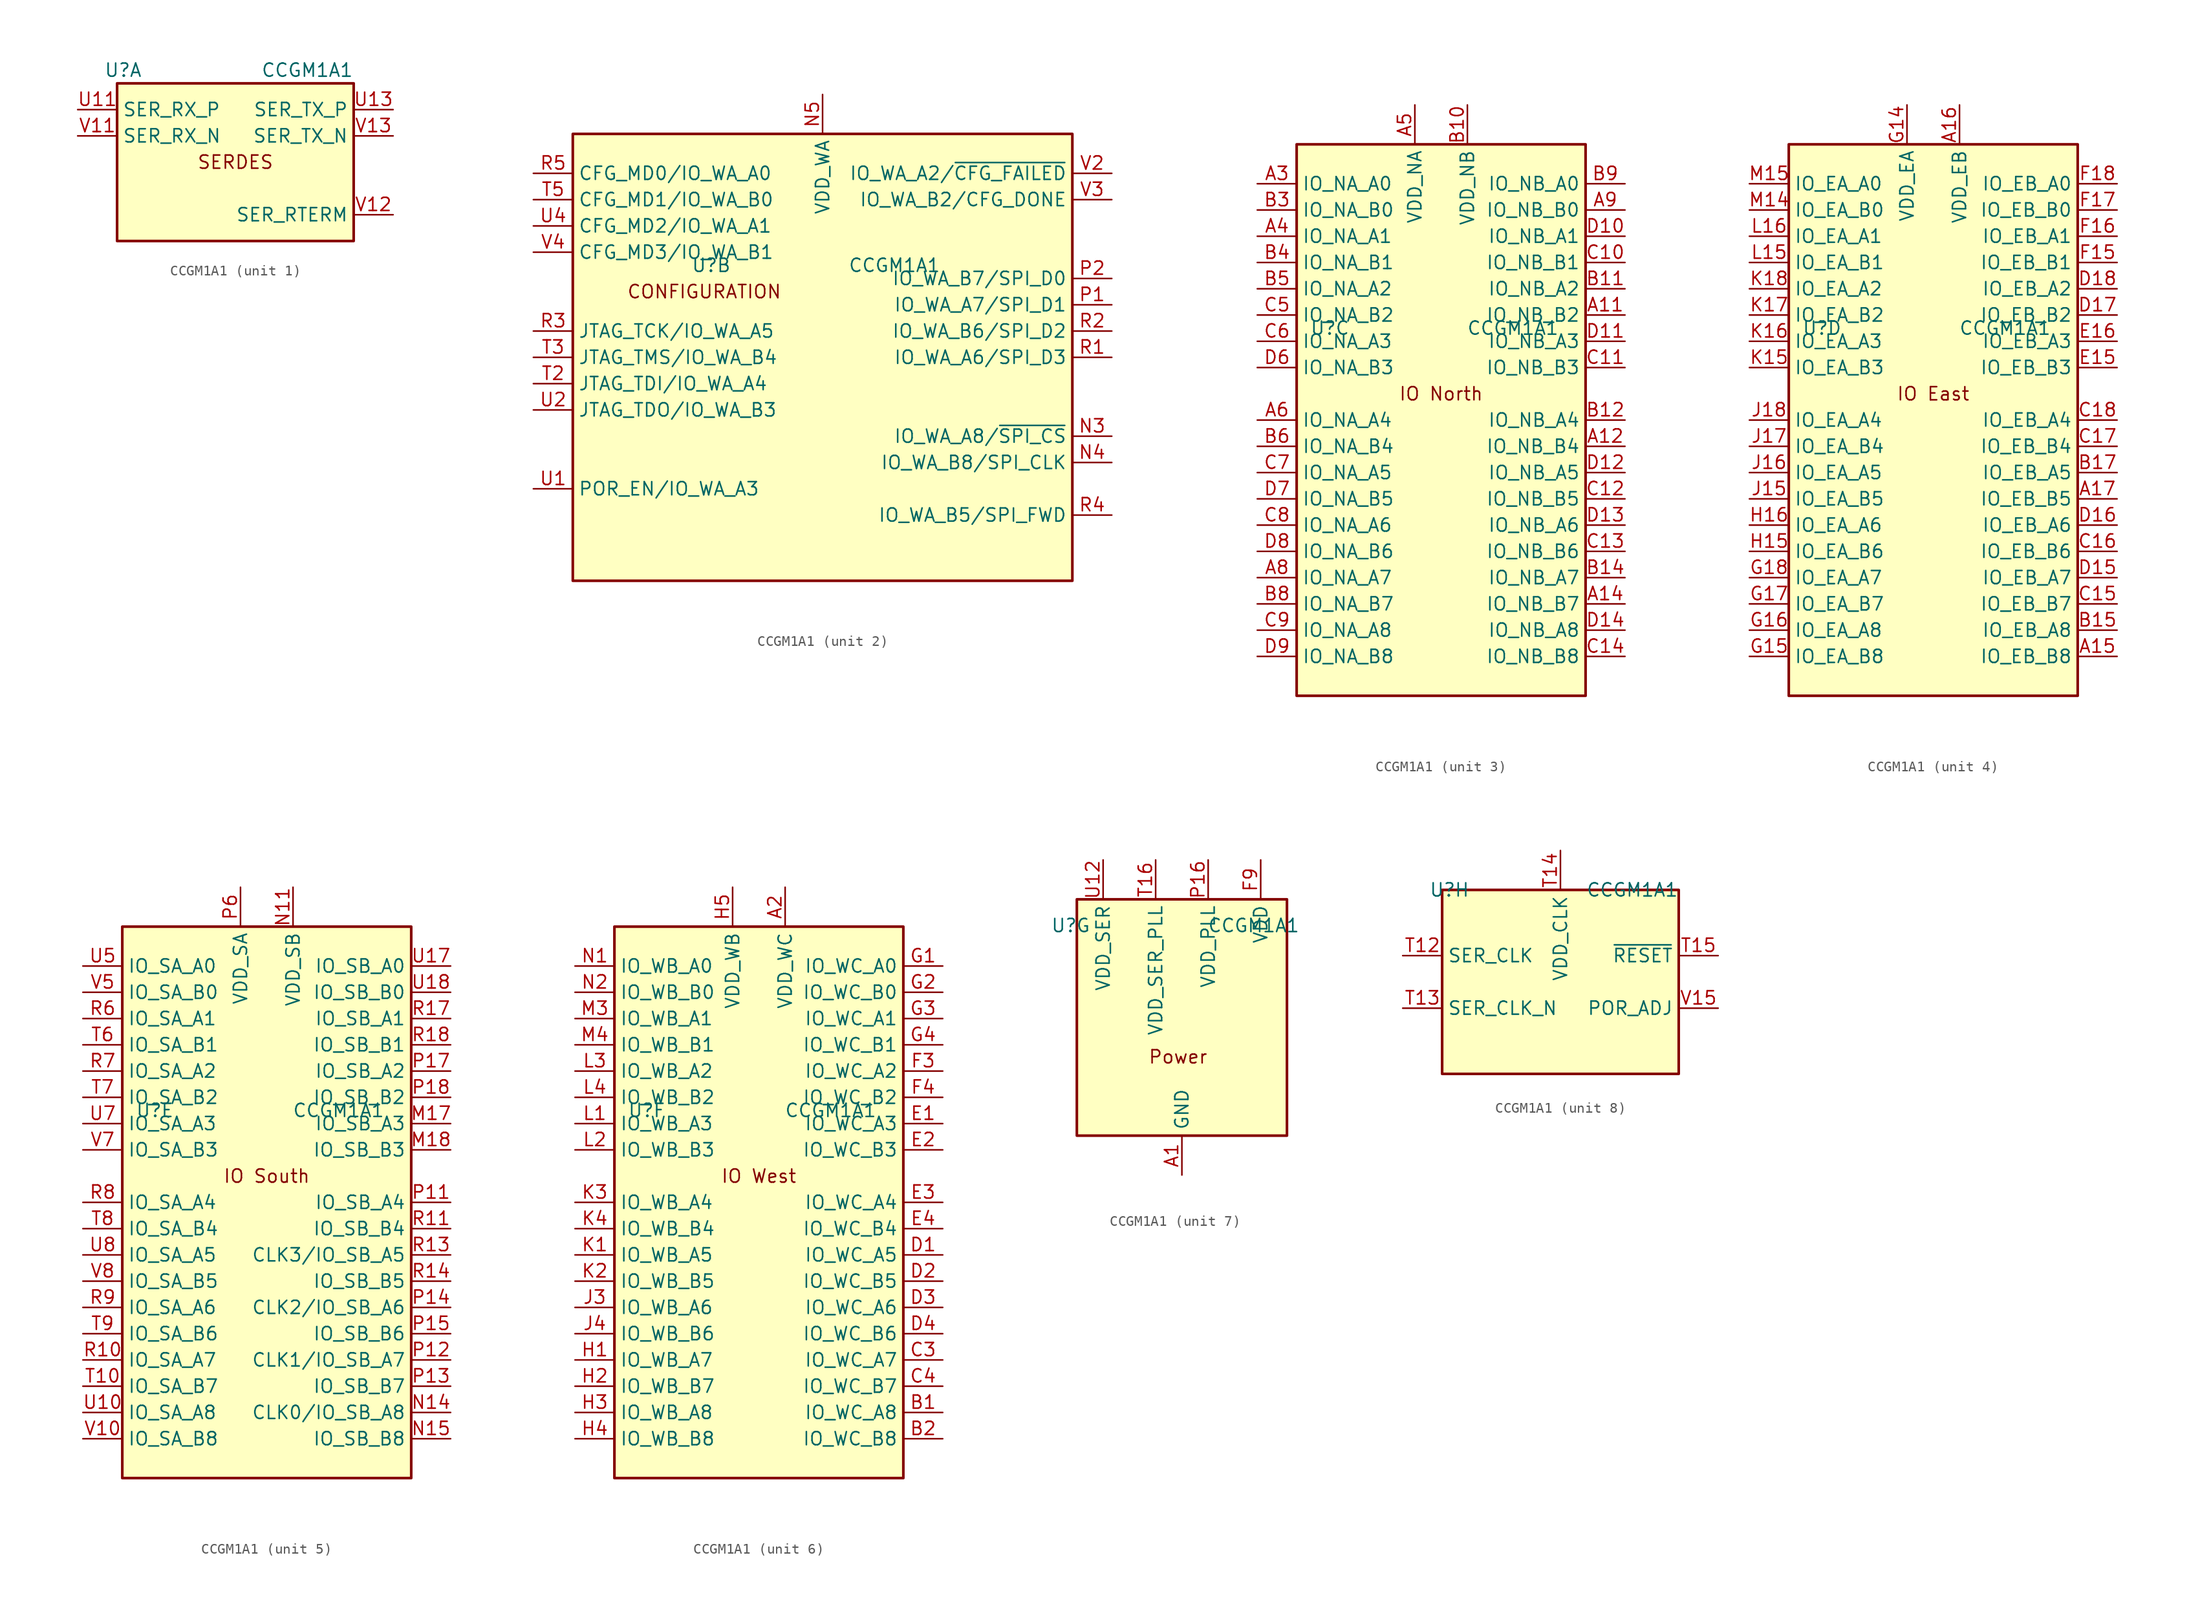
<source format=kicad_sym>
(kicad_symbol_lib
  (version 20211014)
  (generator kicad_symbol_editor)
  (symbol "CCGM1A1"
    (property "Reference" "U"
      (at -12.7 8.89 0)
      (effects (font (size 1.27 1.27)) (justify left)))
    (property "Value" "CCGM1A1"
      (at 11.43 8.89 0)
      (effects (font (size 1.27 1.27)) (justify right)))
    (property "ki_locked" ""
      (at 0 0 0)
      (effects (font (size 1.27 1.27))))
    (symbol "CCGM1A1_1_1"
      (rectangle (start -11.43 7.62) (end 11.43 -7.62) (stroke (width 0.254) (type default) (color 0 0 0 0)) (fill (type background)))
      (text "SERDES" (at 0 0 0) (effects (font (size 1.27 1.27))))
      (pin input line (at -15.24 5.08 0) (length 3.81) (name "SER_RX_P" (effects (font (size 1.27 1.27)))) (number "U11" (effects (font (size 1.27 1.27)))))
      (pin output line (at 15.24 5.08 180) (length 3.81) (name "SER_TX_P" (effects (font (size 1.27 1.27)))) (number "U13" (effects (font (size 1.27 1.27)))))
      (pin input line (at -15.24 2.54 0) (length 3.81) (name "SER_RX_N" (effects (font (size 1.27 1.27)))) (number "V11" (effects (font (size 1.27 1.27)))))
      (pin passive line (at 15.24 -5.08 180) (length 3.81) (name "SER_RTERM" (effects (font (size 1.27 1.27)))) (number "V12" (effects (font (size 1.27 1.27)))))
      (pin output line (at 15.24 2.54 180) (length 3.81) (name "SER_TX_N" (effects (font (size 1.27 1.27)))) (number "V13" (effects (font (size 1.27 1.27))))))
    (symbol "CCGM1A1_2_1"
      (rectangle (start 24.13 21.59) (end -24.13 -21.59) (stroke (width 0.254) (type default) (color 0 0 0 0)) (fill (type background)))
      (text "CONFIGURATION" (at -11.43 6.35 0) (effects (font (size 1.27 1.27))))
      (pin bidirectional line (at 27.94 -7.62 180) (length 3.81) (name "IO_WA_A8/~{SPI_CS}" (effects (font (size 1.27 1.27)))) (number "N3" (effects (font (size 1.27 1.27)))))
      (pin bidirectional line (at 27.94 -10.16 180) (length 3.81) (name "IO_WA_B8/SPI_CLK" (effects (font (size 1.27 1.27)))) (number "N4" (effects (font (size 1.27 1.27)))))
      (pin power_in line (at 0 25.4 270) (length 3.81) (name "VDD_WA" (effects (font (size 1.27 1.27)))) (number "N5" (effects (font (size 1.27 1.27)))))
      (pin bidirectional line (at 27.94 5.08 180) (length 3.81) (name "IO_WA_A7/SPI_D1" (effects (font (size 1.27 1.27)))) (number "P1" (effects (font (size 1.27 1.27)))))
      (pin bidirectional line (at 27.94 7.62 180) (length 3.81) (name "IO_WA_B7/SPI_D0" (effects (font (size 1.27 1.27)))) (number "P2" (effects (font (size 1.27 1.27)))))
      (pin passive line (at 0 25.4 270) (length 3.81) hide (name "VDD_WA" (effects (font (size 1.27 1.27)))) (number "P3" (effects (font (size 1.27 1.27)))))
      (pin passive line (at 0 25.4 270) (length 3.81) hide (name "VDD_WA" (effects (font (size 1.27 1.27)))) (number "P5" (effects (font (size 1.27 1.27)))))
      (pin bidirectional line (at 27.94 0 180) (length 3.81) (name "IO_WA_A6/SPI_D3" (effects (font (size 1.27 1.27)))) (number "R1" (effects (font (size 1.27 1.27)))))
      (pin bidirectional line (at 27.94 2.54 180) (length 3.81) (name "IO_WA_B6/SPI_D2" (effects (font (size 1.27 1.27)))) (number "R2" (effects (font (size 1.27 1.27)))))
      (pin bidirectional line (at -27.94 2.54 0) (length 3.81) (name "JTAG_TCK/IO_WA_A5" (effects (font (size 1.27 1.27)))) (number "R3" (effects (font (size 1.27 1.27)))))
      (pin bidirectional line (at 27.94 -15.24 180) (length 3.81) (name "IO_WA_B5/SPI_FWD" (effects (font (size 1.27 1.27)))) (number "R4" (effects (font (size 1.27 1.27)))))
      (pin bidirectional line (at -27.94 17.78 0) (length 3.81) (name "CFG_MD0/IO_WA_A0" (effects (font (size 1.27 1.27)))) (number "R5" (effects (font (size 1.27 1.27)))))
      (pin passive line (at 0 25.4 270) (length 3.81) hide (name "VDD_WA" (effects (font (size 1.27 1.27)))) (number "T1" (effects (font (size 1.27 1.27)))))
      (pin bidirectional line (at -27.94 -2.54 0) (length 3.81) (name "JTAG_TDI/IO_WA_A4" (effects (font (size 1.27 1.27)))) (number "T2" (effects (font (size 1.27 1.27)))))
      (pin bidirectional line (at -27.94 0 0) (length 3.81) (name "JTAG_TMS/IO_WA_B4" (effects (font (size 1.27 1.27)))) (number "T3" (effects (font (size 1.27 1.27)))))
      (pin bidirectional line (at -27.94 15.24 0) (length 3.81) (name "CFG_MD1/IO_WA_B0" (effects (font (size 1.27 1.27)))) (number "T5" (effects (font (size 1.27 1.27)))))
      (pin bidirectional line (at -27.94 -12.7 0) (length 3.81) (name "POR_EN/IO_WA_A3" (effects (font (size 1.27 1.27)))) (number "U1" (effects (font (size 1.27 1.27)))))
      (pin bidirectional line (at -27.94 -5.08 0) (length 3.81) (name "JTAG_TDO/IO_WA_B3" (effects (font (size 1.27 1.27)))) (number "U2" (effects (font (size 1.27 1.27)))))
      (pin passive line (at 0 25.4 270) (length 3.81) hide (name "VDD_WA" (effects (font (size 1.27 1.27)))) (number "U3" (effects (font (size 1.27 1.27)))))
      (pin bidirectional line (at -27.94 12.7 0) (length 3.81) (name "CFG_MD2/IO_WA_A1" (effects (font (size 1.27 1.27)))) (number "U4" (effects (font (size 1.27 1.27)))))
      (pin bidirectional line (at 27.94 17.78 180) (length 3.81) (name "IO_WA_A2/~{CFG_FAILED}" (effects (font (size 1.27 1.27)))) (number "V2" (effects (font (size 1.27 1.27)))))
      (pin bidirectional line (at 27.94 15.24 180) (length 3.81) (name "IO_WA_B2/CFG_DONE" (effects (font (size 1.27 1.27)))) (number "V3" (effects (font (size 1.27 1.27)))))
      (pin bidirectional line (at -27.94 10.16 0) (length 3.81) (name "CFG_MD3/IO_WA_B1" (effects (font (size 1.27 1.27)))) (number "V4" (effects (font (size 1.27 1.27))))))
    (symbol "CCGM1A1_3_1"
      (rectangle (start -13.97 -26.67) (end 13.97 26.67) (stroke (width 0.254) (type default) (color 0 0 0 0)) (fill (type background)))
      (text "IO North" (at 0 2.54 0) (effects (font (size 1.27 1.27))))
      (pin bidirectional line (at 17.78 10.16 180) (length 3.81) (name "IO_NB_B2" (effects (font (size 1.27 1.27)))) (number "A11" (effects (font (size 1.27 1.27)))))
      (pin bidirectional line (at 17.78 -2.54 180) (length 3.81) (name "IO_NB_B4" (effects (font (size 1.27 1.27)))) (number "A12" (effects (font (size 1.27 1.27)))))
      (pin bidirectional line (at 17.78 -17.78 180) (length 3.81) (name "IO_NB_B7" (effects (font (size 1.27 1.27)))) (number "A14" (effects (font (size 1.27 1.27)))))
      (pin bidirectional line (at -17.78 22.86 0) (length 3.81) (name "IO_NA_A0" (effects (font (size 1.27 1.27)))) (number "A3" (effects (font (size 1.27 1.27)))))
      (pin bidirectional line (at -17.78 17.78 0) (length 3.81) (name "IO_NA_A1" (effects (font (size 1.27 1.27)))) (number "A4" (effects (font (size 1.27 1.27)))))
      (pin power_in line (at -2.54 30.48 270) (length 3.81) (name "VDD_NA" (effects (font (size 1.27 1.27)))) (number "A5" (effects (font (size 1.27 1.27)))))
      (pin bidirectional line (at -17.78 0 0) (length 3.81) (name "IO_NA_A4" (effects (font (size 1.27 1.27)))) (number "A6" (effects (font (size 1.27 1.27)))))
      (pin bidirectional line (at -17.78 -15.24 0) (length 3.81) (name "IO_NA_A7" (effects (font (size 1.27 1.27)))) (number "A8" (effects (font (size 1.27 1.27)))))
      (pin bidirectional line (at 17.78 20.32 180) (length 3.81) (name "IO_NB_B0" (effects (font (size 1.27 1.27)))) (number "A9" (effects (font (size 1.27 1.27)))))
      (pin power_in line (at 2.54 30.48 270) (length 3.81) (name "VDD_NB" (effects (font (size 1.27 1.27)))) (number "B10" (effects (font (size 1.27 1.27)))))
      (pin bidirectional line (at 17.78 12.7 180) (length 3.81) (name "IO_NB_A2" (effects (font (size 1.27 1.27)))) (number "B11" (effects (font (size 1.27 1.27)))))
      (pin bidirectional line (at 17.78 0 180) (length 3.81) (name "IO_NB_A4" (effects (font (size 1.27 1.27)))) (number "B12" (effects (font (size 1.27 1.27)))))
      (pin passive line (at 2.54 30.48 270) (length 3.81) hide (name "VDD_NB" (effects (font (size 1.27 1.27)))) (number "B13" (effects (font (size 1.27 1.27)))))
      (pin bidirectional line (at 17.78 -15.24 180) (length 3.81) (name "IO_NB_A7" (effects (font (size 1.27 1.27)))) (number "B14" (effects (font (size 1.27 1.27)))))
      (pin bidirectional line (at -17.78 20.32 0) (length 3.81) (name "IO_NA_B0" (effects (font (size 1.27 1.27)))) (number "B3" (effects (font (size 1.27 1.27)))))
      (pin bidirectional line (at -17.78 15.24 0) (length 3.81) (name "IO_NA_B1" (effects (font (size 1.27 1.27)))) (number "B4" (effects (font (size 1.27 1.27)))))
      (pin bidirectional line (at -17.78 12.7 0) (length 3.81) (name "IO_NA_A2" (effects (font (size 1.27 1.27)))) (number "B5" (effects (font (size 1.27 1.27)))))
      (pin bidirectional line (at -17.78 -2.54 0) (length 3.81) (name "IO_NA_B4" (effects (font (size 1.27 1.27)))) (number "B6" (effects (font (size 1.27 1.27)))))
      (pin passive line (at -2.54 30.48 270) (length 3.81) hide (name "VDD_NA" (effects (font (size 1.27 1.27)))) (number "B7" (effects (font (size 1.27 1.27)))))
      (pin bidirectional line (at -17.78 -17.78 0) (length 3.81) (name "IO_NA_B7" (effects (font (size 1.27 1.27)))) (number "B8" (effects (font (size 1.27 1.27)))))
      (pin bidirectional line (at 17.78 22.86 180) (length 3.81) (name "IO_NB_A0" (effects (font (size 1.27 1.27)))) (number "B9" (effects (font (size 1.27 1.27)))))
      (pin bidirectional line (at 17.78 15.24 180) (length 3.81) (name "IO_NB_B1" (effects (font (size 1.27 1.27)))) (number "C10" (effects (font (size 1.27 1.27)))))
      (pin bidirectional line (at 17.78 5.08 180) (length 3.81) (name "IO_NB_B3" (effects (font (size 1.27 1.27)))) (number "C11" (effects (font (size 1.27 1.27)))))
      (pin bidirectional line (at 17.78 -7.62 180) (length 3.81) (name "IO_NB_B5" (effects (font (size 1.27 1.27)))) (number "C12" (effects (font (size 1.27 1.27)))))
      (pin bidirectional line (at 17.78 -12.7 180) (length 3.81) (name "IO_NB_B6" (effects (font (size 1.27 1.27)))) (number "C13" (effects (font (size 1.27 1.27)))))
      (pin bidirectional line (at 17.78 -22.86 180) (length 3.81) (name "IO_NB_B8" (effects (font (size 1.27 1.27)))) (number "C14" (effects (font (size 1.27 1.27)))))
      (pin bidirectional line (at -17.78 10.16 0) (length 3.81) (name "IO_NA_B2" (effects (font (size 1.27 1.27)))) (number "C5" (effects (font (size 1.27 1.27)))))
      (pin bidirectional line (at -17.78 7.62 0) (length 3.81) (name "IO_NA_A3" (effects (font (size 1.27 1.27)))) (number "C6" (effects (font (size 1.27 1.27)))))
      (pin bidirectional line (at -17.78 -5.08 0) (length 3.81) (name "IO_NA_A5" (effects (font (size 1.27 1.27)))) (number "C7" (effects (font (size 1.27 1.27)))))
      (pin bidirectional line (at -17.78 -10.16 0) (length 3.81) (name "IO_NA_A6" (effects (font (size 1.27 1.27)))) (number "C8" (effects (font (size 1.27 1.27)))))
      (pin bidirectional line (at -17.78 -20.32 0) (length 3.81) (name "IO_NA_A8" (effects (font (size 1.27 1.27)))) (number "C9" (effects (font (size 1.27 1.27)))))
      (pin bidirectional line (at 17.78 17.78 180) (length 3.81) (name "IO_NB_A1" (effects (font (size 1.27 1.27)))) (number "D10" (effects (font (size 1.27 1.27)))))
      (pin bidirectional line (at 17.78 7.62 180) (length 3.81) (name "IO_NB_A3" (effects (font (size 1.27 1.27)))) (number "D11" (effects (font (size 1.27 1.27)))))
      (pin bidirectional line (at 17.78 -5.08 180) (length 3.81) (name "IO_NB_A5" (effects (font (size 1.27 1.27)))) (number "D12" (effects (font (size 1.27 1.27)))))
      (pin bidirectional line (at 17.78 -10.16 180) (length 3.81) (name "IO_NB_A6" (effects (font (size 1.27 1.27)))) (number "D13" (effects (font (size 1.27 1.27)))))
      (pin bidirectional line (at 17.78 -20.32 180) (length 3.81) (name "IO_NB_A8" (effects (font (size 1.27 1.27)))) (number "D14" (effects (font (size 1.27 1.27)))))
      (pin bidirectional line (at -17.78 5.08 0) (length 3.81) (name "IO_NA_B3" (effects (font (size 1.27 1.27)))) (number "D6" (effects (font (size 1.27 1.27)))))
      (pin bidirectional line (at -17.78 -7.62 0) (length 3.81) (name "IO_NA_B5" (effects (font (size 1.27 1.27)))) (number "D7" (effects (font (size 1.27 1.27)))))
      (pin bidirectional line (at -17.78 -12.7 0) (length 3.81) (name "IO_NA_B6" (effects (font (size 1.27 1.27)))) (number "D8" (effects (font (size 1.27 1.27)))))
      (pin bidirectional line (at -17.78 -22.86 0) (length 3.81) (name "IO_NA_B8" (effects (font (size 1.27 1.27)))) (number "D9" (effects (font (size 1.27 1.27)))))
      (pin passive line (at 2.54 30.48 270) (length 3.81) hide (name "VDD_NB" (effects (font (size 1.27 1.27)))) (number "E10" (effects (font (size 1.27 1.27)))))
      (pin passive line (at 2.54 30.48 270) (length 3.81) hide (name "VDD_NB" (effects (font (size 1.27 1.27)))) (number "E12" (effects (font (size 1.27 1.27)))))
      (pin passive line (at -2.54 30.48 270) (length 3.81) hide (name "VDD_NA" (effects (font (size 1.27 1.27)))) (number "E6" (effects (font (size 1.27 1.27)))))
      (pin passive line (at -2.54 30.48 270) (length 3.81) hide (name "VDD_NA" (effects (font (size 1.27 1.27)))) (number "E8" (effects (font (size 1.27 1.27)))))
      (pin passive line (at 2.54 30.48 270) (length 3.81) hide (name "VDD_NB" (effects (font (size 1.27 1.27)))) (number "F11" (effects (font (size 1.27 1.27)))))
      (pin passive line (at -2.54 30.48 270) (length 3.81) hide (name "VDD_NA" (effects (font (size 1.27 1.27)))) (number "F7" (effects (font (size 1.27 1.27))))))
    (symbol "CCGM1A1_4_1"
      (rectangle (start -13.97 -26.67) (end 13.97 26.67) (stroke (width 0.254) (type default) (color 0 0 0 0)) (fill (type background)))
      (text "IO East" (at 0 2.54 0) (effects (font (size 1.27 1.27))))
      (pin bidirectional line (at 17.78 -22.86 180) (length 3.81) (name "IO_EB_B8" (effects (font (size 1.27 1.27)))) (number "A15" (effects (font (size 1.27 1.27)))))
      (pin power_in line (at 2.54 30.48 270) (length 3.81) (name "VDD_EB" (effects (font (size 1.27 1.27)))) (number "A16" (effects (font (size 1.27 1.27)))))
      (pin bidirectional line (at 17.78 -7.62 180) (length 3.81) (name "IO_EB_B5" (effects (font (size 1.27 1.27)))) (number "A17" (effects (font (size 1.27 1.27)))))
      (pin bidirectional line (at 17.78 -20.32 180) (length 3.81) (name "IO_EB_A8" (effects (font (size 1.27 1.27)))) (number "B15" (effects (font (size 1.27 1.27)))))
      (pin bidirectional line (at 17.78 -5.08 180) (length 3.81) (name "IO_EB_A5" (effects (font (size 1.27 1.27)))) (number "B17" (effects (font (size 1.27 1.27)))))
      (pin passive line (at 2.54 30.48 270) (length 3.81) hide (name "VDD_EB" (effects (font (size 1.27 1.27)))) (number "B18" (effects (font (size 1.27 1.27)))))
      (pin bidirectional line (at 17.78 -17.78 180) (length 3.81) (name "IO_EB_B7" (effects (font (size 1.27 1.27)))) (number "C15" (effects (font (size 1.27 1.27)))))
      (pin bidirectional line (at 17.78 -12.7 180) (length 3.81) (name "IO_EB_B6" (effects (font (size 1.27 1.27)))) (number "C16" (effects (font (size 1.27 1.27)))))
      (pin bidirectional line (at 17.78 -2.54 180) (length 3.81) (name "IO_EB_B4" (effects (font (size 1.27 1.27)))) (number "C17" (effects (font (size 1.27 1.27)))))
      (pin bidirectional line (at 17.78 0 180) (length 3.81) (name "IO_EB_A4" (effects (font (size 1.27 1.27)))) (number "C18" (effects (font (size 1.27 1.27)))))
      (pin bidirectional line (at 17.78 -15.24 180) (length 3.81) (name "IO_EB_A7" (effects (font (size 1.27 1.27)))) (number "D15" (effects (font (size 1.27 1.27)))))
      (pin bidirectional line (at 17.78 -10.16 180) (length 3.81) (name "IO_EB_A6" (effects (font (size 1.27 1.27)))) (number "D16" (effects (font (size 1.27 1.27)))))
      (pin bidirectional line (at 17.78 10.16 180) (length 3.81) (name "IO_EB_B2" (effects (font (size 1.27 1.27)))) (number "D17" (effects (font (size 1.27 1.27)))))
      (pin bidirectional line (at 17.78 12.7 180) (length 3.81) (name "IO_EB_A2" (effects (font (size 1.27 1.27)))) (number "D18" (effects (font (size 1.27 1.27)))))
      (pin passive line (at 2.54 30.48 270) (length 3.81) hide (name "VDD_EB" (effects (font (size 1.27 1.27)))) (number "E14" (effects (font (size 1.27 1.27)))))
      (pin bidirectional line (at 17.78 5.08 180) (length 3.81) (name "IO_EB_B3" (effects (font (size 1.27 1.27)))) (number "E15" (effects (font (size 1.27 1.27)))))
      (pin bidirectional line (at 17.78 7.62 180) (length 3.81) (name "IO_EB_A3" (effects (font (size 1.27 1.27)))) (number "E16" (effects (font (size 1.27 1.27)))))
      (pin passive line (at 2.54 30.48 270) (length 3.81) hide (name "VDD_EB" (effects (font (size 1.27 1.27)))) (number "E17" (effects (font (size 1.27 1.27)))))
      (pin passive line (at 2.54 30.48 270) (length 3.81) hide (name "VDD_EB" (effects (font (size 1.27 1.27)))) (number "F13" (effects (font (size 1.27 1.27)))))
      (pin bidirectional line (at 17.78 15.24 180) (length 3.81) (name "IO_EB_B1" (effects (font (size 1.27 1.27)))) (number "F15" (effects (font (size 1.27 1.27)))))
      (pin bidirectional line (at 17.78 17.78 180) (length 3.81) (name "IO_EB_A1" (effects (font (size 1.27 1.27)))) (number "F16" (effects (font (size 1.27 1.27)))))
      (pin bidirectional line (at 17.78 20.32 180) (length 3.81) (name "IO_EB_B0" (effects (font (size 1.27 1.27)))) (number "F17" (effects (font (size 1.27 1.27)))))
      (pin bidirectional line (at 17.78 22.86 180) (length 3.81) (name "IO_EB_A0" (effects (font (size 1.27 1.27)))) (number "F18" (effects (font (size 1.27 1.27)))))
      (pin power_in line (at -2.54 30.48 270) (length 3.81) (name "VDD_EA" (effects (font (size 1.27 1.27)))) (number "G14" (effects (font (size 1.27 1.27)))))
      (pin bidirectional line (at -17.78 -22.86 0) (length 3.81) (name "IO_EA_B8" (effects (font (size 1.27 1.27)))) (number "G15" (effects (font (size 1.27 1.27)))))
      (pin bidirectional line (at -17.78 -20.32 0) (length 3.81) (name "IO_EA_A8" (effects (font (size 1.27 1.27)))) (number "G16" (effects (font (size 1.27 1.27)))))
      (pin bidirectional line (at -17.78 -17.78 0) (length 3.81) (name "IO_EA_B7" (effects (font (size 1.27 1.27)))) (number "G17" (effects (font (size 1.27 1.27)))))
      (pin bidirectional line (at -17.78 -15.24 0) (length 3.81) (name "IO_EA_A7" (effects (font (size 1.27 1.27)))) (number "G18" (effects (font (size 1.27 1.27)))))
      (pin bidirectional line (at -17.78 -12.7 0) (length 3.81) (name "IO_EA_B6" (effects (font (size 1.27 1.27)))) (number "H15" (effects (font (size 1.27 1.27)))))
      (pin bidirectional line (at -17.78 -10.16 0) (length 3.81) (name "IO_EA_A6" (effects (font (size 1.27 1.27)))) (number "H16" (effects (font (size 1.27 1.27)))))
      (pin passive line (at -2.54 30.48 270) (length 3.81) hide (name "VDD_EA" (effects (font (size 1.27 1.27)))) (number "H17" (effects (font (size 1.27 1.27)))))
      (pin passive line (at -2.54 30.48 270) (length 3.81) hide (name "VDD_EA" (effects (font (size 1.27 1.27)))) (number "J14" (effects (font (size 1.27 1.27)))))
      (pin bidirectional line (at -17.78 -7.62 0) (length 3.81) (name "IO_EA_B5" (effects (font (size 1.27 1.27)))) (number "J15" (effects (font (size 1.27 1.27)))))
      (pin bidirectional line (at -17.78 -5.08 0) (length 3.81) (name "IO_EA_A5" (effects (font (size 1.27 1.27)))) (number "J16" (effects (font (size 1.27 1.27)))))
      (pin bidirectional line (at -17.78 -2.54 0) (length 3.81) (name "IO_EA_B4" (effects (font (size 1.27 1.27)))) (number "J17" (effects (font (size 1.27 1.27)))))
      (pin bidirectional line (at -17.78 0 0) (length 3.81) (name "IO_EA_A4" (effects (font (size 1.27 1.27)))) (number "J18" (effects (font (size 1.27 1.27)))))
      (pin bidirectional line (at -17.78 5.08 0) (length 3.81) (name "IO_EA_B3" (effects (font (size 1.27 1.27)))) (number "K15" (effects (font (size 1.27 1.27)))))
      (pin bidirectional line (at -17.78 7.62 0) (length 3.81) (name "IO_EA_A3" (effects (font (size 1.27 1.27)))) (number "K16" (effects (font (size 1.27 1.27)))))
      (pin bidirectional line (at -17.78 10.16 0) (length 3.81) (name "IO_EA_B2" (effects (font (size 1.27 1.27)))) (number "K17" (effects (font (size 1.27 1.27)))))
      (pin bidirectional line (at -17.78 12.7 0) (length 3.81) (name "IO_EA_A2" (effects (font (size 1.27 1.27)))) (number "K18" (effects (font (size 1.27 1.27)))))
      (pin passive line (at -2.54 30.48 270) (length 3.81) hide (name "VDD_EA" (effects (font (size 1.27 1.27)))) (number "L14" (effects (font (size 1.27 1.27)))))
      (pin bidirectional line (at -17.78 15.24 0) (length 3.81) (name "IO_EA_B1" (effects (font (size 1.27 1.27)))) (number "L15" (effects (font (size 1.27 1.27)))))
      (pin bidirectional line (at -17.78 17.78 0) (length 3.81) (name "IO_EA_A1" (effects (font (size 1.27 1.27)))) (number "L16" (effects (font (size 1.27 1.27)))))
      (pin passive line (at -2.54 30.48 270) (length 3.81) hide (name "VDD_EA" (effects (font (size 1.27 1.27)))) (number "L17" (effects (font (size 1.27 1.27)))))
      (pin bidirectional line (at -17.78 20.32 0) (length 3.81) (name "IO_EA_B0" (effects (font (size 1.27 1.27)))) (number "M14" (effects (font (size 1.27 1.27)))))
      (pin bidirectional line (at -17.78 22.86 0) (length 3.81) (name "IO_EA_A0" (effects (font (size 1.27 1.27)))) (number "M15" (effects (font (size 1.27 1.27))))))
    (symbol "CCGM1A1_5_1"
      (rectangle (start -13.97 -26.67) (end 13.97 26.67) (stroke (width 0.254) (type default) (color 0 0 0 0)) (fill (type background)))
      (text "IO South" (at 0 2.54 0) (effects (font (size 1.27 1.27))))
      (pin bidirectional line (at 17.78 7.62 180) (length 3.81) (name "IO_SB_A3" (effects (font (size 1.27 1.27)))) (number "M17" (effects (font (size 1.27 1.27)))))
      (pin bidirectional line (at 17.78 5.08 180) (length 3.81) (name "IO_SB_B3" (effects (font (size 1.27 1.27)))) (number "M18" (effects (font (size 1.27 1.27)))))
      (pin power_in line (at 2.54 30.48 270) (length 3.81) (name "VDD_SB" (effects (font (size 1.27 1.27)))) (number "N11" (effects (font (size 1.27 1.27)))))
      (pin passive line (at 2.54 30.48 270) (length 3.81) hide (name "VDD_SB" (effects (font (size 1.27 1.27)))) (number "N13" (effects (font (size 1.27 1.27)))))
      (pin bidirectional line (at 17.78 -20.32 180) (length 3.81) (name "CLK0/IO_SB_A8" (effects (font (size 1.27 1.27)))) (number "N14" (effects (font (size 1.27 1.27)))))
      (pin bidirectional line (at 17.78 -22.86 180) (length 3.81) (name "IO_SB_B8" (effects (font (size 1.27 1.27)))) (number "N15" (effects (font (size 1.27 1.27)))))
      (pin passive line (at 2.54 30.48 270) (length 3.81) hide (name "VDD_SB" (effects (font (size 1.27 1.27)))) (number "N18" (effects (font (size 1.27 1.27)))))
      (pin passive line (at -2.54 30.48 270) (length 3.81) hide (name "VDD_SA" (effects (font (size 1.27 1.27)))) (number "P10" (effects (font (size 1.27 1.27)))))
      (pin bidirectional line (at 17.78 0 180) (length 3.81) (name "IO_SB_A4" (effects (font (size 1.27 1.27)))) (number "P11" (effects (font (size 1.27 1.27)))))
      (pin bidirectional line (at 17.78 -15.24 180) (length 3.81) (name "CLK1/IO_SB_A7" (effects (font (size 1.27 1.27)))) (number "P12" (effects (font (size 1.27 1.27)))))
      (pin bidirectional line (at 17.78 -17.78 180) (length 3.81) (name "IO_SB_B7" (effects (font (size 1.27 1.27)))) (number "P13" (effects (font (size 1.27 1.27)))))
      (pin bidirectional line (at 17.78 -10.16 180) (length 3.81) (name "CLK2/IO_SB_A6" (effects (font (size 1.27 1.27)))) (number "P14" (effects (font (size 1.27 1.27)))))
      (pin bidirectional line (at 17.78 -12.7 180) (length 3.81) (name "IO_SB_B6" (effects (font (size 1.27 1.27)))) (number "P15" (effects (font (size 1.27 1.27)))))
      (pin bidirectional line (at 17.78 12.7 180) (length 3.81) (name "IO_SB_A2" (effects (font (size 1.27 1.27)))) (number "P17" (effects (font (size 1.27 1.27)))))
      (pin bidirectional line (at 17.78 10.16 180) (length 3.81) (name "IO_SB_B2" (effects (font (size 1.27 1.27)))) (number "P18" (effects (font (size 1.27 1.27)))))
      (pin power_in line (at -2.54 30.48 270) (length 3.81) (name "VDD_SA" (effects (font (size 1.27 1.27)))) (number "P6" (effects (font (size 1.27 1.27)))))
      (pin passive line (at -2.54 30.48 270) (length 3.81) hide (name "VDD_SA" (effects (font (size 1.27 1.27)))) (number "P8" (effects (font (size 1.27 1.27)))))
      (pin bidirectional line (at -17.78 -15.24 0) (length 3.81) (name "IO_SA_A7" (effects (font (size 1.27 1.27)))) (number "R10" (effects (font (size 1.27 1.27)))))
      (pin bidirectional line (at 17.78 -2.54 180) (length 3.81) (name "IO_SB_B4" (effects (font (size 1.27 1.27)))) (number "R11" (effects (font (size 1.27 1.27)))))
      (pin bidirectional line (at 17.78 -5.08 180) (length 3.81) (name "CLK3/IO_SB_A5" (effects (font (size 1.27 1.27)))) (number "R13" (effects (font (size 1.27 1.27)))))
      (pin bidirectional line (at 17.78 -7.62 180) (length 3.81) (name "IO_SB_B5" (effects (font (size 1.27 1.27)))) (number "R14" (effects (font (size 1.27 1.27)))))
      (pin passive line (at 2.54 30.48 270) (length 3.81) hide (name "VDD_SB" (effects (font (size 1.27 1.27)))) (number "R15" (effects (font (size 1.27 1.27)))))
      (pin bidirectional line (at 17.78 17.78 180) (length 3.81) (name "IO_SB_A1" (effects (font (size 1.27 1.27)))) (number "R17" (effects (font (size 1.27 1.27)))))
      (pin bidirectional line (at 17.78 15.24 180) (length 3.81) (name "IO_SB_B1" (effects (font (size 1.27 1.27)))) (number "R18" (effects (font (size 1.27 1.27)))))
      (pin bidirectional line (at -17.78 17.78 0) (length 3.81) (name "IO_SA_A1" (effects (font (size 1.27 1.27)))) (number "R6" (effects (font (size 1.27 1.27)))))
      (pin bidirectional line (at -17.78 12.7 0) (length 3.81) (name "IO_SA_A2" (effects (font (size 1.27 1.27)))) (number "R7" (effects (font (size 1.27 1.27)))))
      (pin bidirectional line (at -17.78 0 0) (length 3.81) (name "IO_SA_A4" (effects (font (size 1.27 1.27)))) (number "R8" (effects (font (size 1.27 1.27)))))
      (pin bidirectional line (at -17.78 -10.16 0) (length 3.81) (name "IO_SA_A6" (effects (font (size 1.27 1.27)))) (number "R9" (effects (font (size 1.27 1.27)))))
      (pin bidirectional line (at -17.78 -17.78 0) (length 3.81) (name "IO_SA_B7" (effects (font (size 1.27 1.27)))) (number "T10" (effects (font (size 1.27 1.27)))))
      (pin passive line (at 2.54 30.48 270) (length 3.81) hide (name "VDD_SB" (effects (font (size 1.27 1.27)))) (number "T18" (effects (font (size 1.27 1.27)))))
      (pin bidirectional line (at -17.78 15.24 0) (length 3.81) (name "IO_SA_B1" (effects (font (size 1.27 1.27)))) (number "T6" (effects (font (size 1.27 1.27)))))
      (pin bidirectional line (at -17.78 10.16 0) (length 3.81) (name "IO_SA_B2" (effects (font (size 1.27 1.27)))) (number "T7" (effects (font (size 1.27 1.27)))))
      (pin bidirectional line (at -17.78 -2.54 0) (length 3.81) (name "IO_SA_B4" (effects (font (size 1.27 1.27)))) (number "T8" (effects (font (size 1.27 1.27)))))
      (pin bidirectional line (at -17.78 -12.7 0) (length 3.81) (name "IO_SA_B6" (effects (font (size 1.27 1.27)))) (number "T9" (effects (font (size 1.27 1.27)))))
      (pin bidirectional line (at -17.78 -20.32 0) (length 3.81) (name "IO_SA_A8" (effects (font (size 1.27 1.27)))) (number "U10" (effects (font (size 1.27 1.27)))))
      (pin bidirectional line (at 17.78 22.86 180) (length 3.81) (name "IO_SB_A0" (effects (font (size 1.27 1.27)))) (number "U17" (effects (font (size 1.27 1.27)))))
      (pin bidirectional line (at 17.78 20.32 180) (length 3.81) (name "IO_SB_B0" (effects (font (size 1.27 1.27)))) (number "U18" (effects (font (size 1.27 1.27)))))
      (pin bidirectional line (at -17.78 22.86 0) (length 3.81) (name "IO_SA_A0" (effects (font (size 1.27 1.27)))) (number "U5" (effects (font (size 1.27 1.27)))))
      (pin passive line (at -2.54 30.48 270) (length 3.81) hide (name "VDD_SA" (effects (font (size 1.27 1.27)))) (number "U6" (effects (font (size 1.27 1.27)))))
      (pin bidirectional line (at -17.78 7.62 0) (length 3.81) (name "IO_SA_A3" (effects (font (size 1.27 1.27)))) (number "U7" (effects (font (size 1.27 1.27)))))
      (pin bidirectional line (at -17.78 -5.08 0) (length 3.81) (name "IO_SA_A5" (effects (font (size 1.27 1.27)))) (number "U8" (effects (font (size 1.27 1.27)))))
      (pin passive line (at -2.54 30.48 270) (length 3.81) hide (name "VDD_SA" (effects (font (size 1.27 1.27)))) (number "U9" (effects (font (size 1.27 1.27)))))
      (pin bidirectional line (at -17.78 -22.86 0) (length 3.81) (name "IO_SA_B8" (effects (font (size 1.27 1.27)))) (number "V10" (effects (font (size 1.27 1.27)))))
      (pin bidirectional line (at -17.78 20.32 0) (length 3.81) (name "IO_SA_B0" (effects (font (size 1.27 1.27)))) (number "V5" (effects (font (size 1.27 1.27)))))
      (pin bidirectional line (at -17.78 5.08 0) (length 3.81) (name "IO_SA_B3" (effects (font (size 1.27 1.27)))) (number "V7" (effects (font (size 1.27 1.27)))))
      (pin bidirectional line (at -17.78 -7.62 0) (length 3.81) (name "IO_SA_B5" (effects (font (size 1.27 1.27)))) (number "V8" (effects (font (size 1.27 1.27))))))
    (symbol "CCGM1A1_6_1"
      (rectangle (start -13.97 -26.67) (end 13.97 26.67) (stroke (width 0.254) (type default) (color 0 0 0 0)) (fill (type background)))
      (text "IO West" (at 0 2.54 0) (effects (font (size 1.27 1.27))))
      (pin power_in line (at 2.54 30.48 270) (length 3.81) (name "VDD_WC" (effects (font (size 1.27 1.27)))) (number "A2" (effects (font (size 1.27 1.27)))))
      (pin bidirectional line (at 17.78 -20.32 180) (length 3.81) (name "IO_WC_A8" (effects (font (size 1.27 1.27)))) (number "B1" (effects (font (size 1.27 1.27)))))
      (pin bidirectional line (at 17.78 -22.86 180) (length 3.81) (name "IO_WC_B8" (effects (font (size 1.27 1.27)))) (number "B2" (effects (font (size 1.27 1.27)))))
      (pin passive line (at 2.54 30.48 270) (length 3.81) hide (name "VDD_WC" (effects (font (size 1.27 1.27)))) (number "C2" (effects (font (size 1.27 1.27)))))
      (pin bidirectional line (at 17.78 -15.24 180) (length 3.81) (name "IO_WC_A7" (effects (font (size 1.27 1.27)))) (number "C3" (effects (font (size 1.27 1.27)))))
      (pin bidirectional line (at 17.78 -17.78 180) (length 3.81) (name "IO_WC_B7" (effects (font (size 1.27 1.27)))) (number "C4" (effects (font (size 1.27 1.27)))))
      (pin bidirectional line (at 17.78 -5.08 180) (length 3.81) (name "IO_WC_A5" (effects (font (size 1.27 1.27)))) (number "D1" (effects (font (size 1.27 1.27)))))
      (pin bidirectional line (at 17.78 -7.62 180) (length 3.81) (name "IO_WC_B5" (effects (font (size 1.27 1.27)))) (number "D2" (effects (font (size 1.27 1.27)))))
      (pin bidirectional line (at 17.78 -10.16 180) (length 3.81) (name "IO_WC_A6" (effects (font (size 1.27 1.27)))) (number "D3" (effects (font (size 1.27 1.27)))))
      (pin bidirectional line (at 17.78 -12.7 180) (length 3.81) (name "IO_WC_B6" (effects (font (size 1.27 1.27)))) (number "D4" (effects (font (size 1.27 1.27)))))
      (pin passive line (at 2.54 30.48 270) (length 3.81) hide (name "VDD_WC" (effects (font (size 1.27 1.27)))) (number "D5" (effects (font (size 1.27 1.27)))))
      (pin bidirectional line (at 17.78 7.62 180) (length 3.81) (name "IO_WC_A3" (effects (font (size 1.27 1.27)))) (number "E1" (effects (font (size 1.27 1.27)))))
      (pin bidirectional line (at 17.78 5.08 180) (length 3.81) (name "IO_WC_B3" (effects (font (size 1.27 1.27)))) (number "E2" (effects (font (size 1.27 1.27)))))
      (pin bidirectional line (at 17.78 0 180) (length 3.81) (name "IO_WC_A4" (effects (font (size 1.27 1.27)))) (number "E3" (effects (font (size 1.27 1.27)))))
      (pin bidirectional line (at 17.78 -2.54 180) (length 3.81) (name "IO_WC_B4" (effects (font (size 1.27 1.27)))) (number "E4" (effects (font (size 1.27 1.27)))))
      (pin passive line (at 2.54 30.48 270) (length 3.81) hide (name "VDD_WC" (effects (font (size 1.27 1.27)))) (number "F2" (effects (font (size 1.27 1.27)))))
      (pin bidirectional line (at 17.78 12.7 180) (length 3.81) (name "IO_WC_A2" (effects (font (size 1.27 1.27)))) (number "F3" (effects (font (size 1.27 1.27)))))
      (pin bidirectional line (at 17.78 10.16 180) (length 3.81) (name "IO_WC_B2" (effects (font (size 1.27 1.27)))) (number "F4" (effects (font (size 1.27 1.27)))))
      (pin passive line (at 2.54 30.48 270) (length 3.81) hide (name "VDD_WC" (effects (font (size 1.27 1.27)))) (number "F5" (effects (font (size 1.27 1.27)))))
      (pin bidirectional line (at 17.78 22.86 180) (length 3.81) (name "IO_WC_A0" (effects (font (size 1.27 1.27)))) (number "G1" (effects (font (size 1.27 1.27)))))
      (pin bidirectional line (at 17.78 20.32 180) (length 3.81) (name "IO_WC_B0" (effects (font (size 1.27 1.27)))) (number "G2" (effects (font (size 1.27 1.27)))))
      (pin bidirectional line (at 17.78 17.78 180) (length 3.81) (name "IO_WC_A1" (effects (font (size 1.27 1.27)))) (number "G3" (effects (font (size 1.27 1.27)))))
      (pin bidirectional line (at 17.78 15.24 180) (length 3.81) (name "IO_WC_B1" (effects (font (size 1.27 1.27)))) (number "G4" (effects (font (size 1.27 1.27)))))
      (pin bidirectional line (at -17.78 -15.24 0) (length 3.81) (name "IO_WB_A7" (effects (font (size 1.27 1.27)))) (number "H1" (effects (font (size 1.27 1.27)))))
      (pin bidirectional line (at -17.78 -17.78 0) (length 3.81) (name "IO_WB_B7" (effects (font (size 1.27 1.27)))) (number "H2" (effects (font (size 1.27 1.27)))))
      (pin bidirectional line (at -17.78 -20.32 0) (length 3.81) (name "IO_WB_A8" (effects (font (size 1.27 1.27)))) (number "H3" (effects (font (size 1.27 1.27)))))
      (pin bidirectional line (at -17.78 -22.86 0) (length 3.81) (name "IO_WB_B8" (effects (font (size 1.27 1.27)))) (number "H4" (effects (font (size 1.27 1.27)))))
      (pin power_in line (at -2.54 30.48 270) (length 3.81) (name "VDD_WB" (effects (font (size 1.27 1.27)))) (number "H5" (effects (font (size 1.27 1.27)))))
      (pin passive line (at -2.54 30.48 270) (length 3.81) hide (name "VDD_WB" (effects (font (size 1.27 1.27)))) (number "J2" (effects (font (size 1.27 1.27)))))
      (pin bidirectional line (at -17.78 -10.16 0) (length 3.81) (name "IO_WB_A6" (effects (font (size 1.27 1.27)))) (number "J3" (effects (font (size 1.27 1.27)))))
      (pin bidirectional line (at -17.78 -12.7 0) (length 3.81) (name "IO_WB_B6" (effects (font (size 1.27 1.27)))) (number "J4" (effects (font (size 1.27 1.27)))))
      (pin bidirectional line (at -17.78 -5.08 0) (length 3.81) (name "IO_WB_A5" (effects (font (size 1.27 1.27)))) (number "K1" (effects (font (size 1.27 1.27)))))
      (pin bidirectional line (at -17.78 -7.62 0) (length 3.81) (name "IO_WB_B5" (effects (font (size 1.27 1.27)))) (number "K2" (effects (font (size 1.27 1.27)))))
      (pin bidirectional line (at -17.78 0 0) (length 3.81) (name "IO_WB_A4" (effects (font (size 1.27 1.27)))) (number "K3" (effects (font (size 1.27 1.27)))))
      (pin bidirectional line (at -17.78 -2.54 0) (length 3.81) (name "IO_WB_B4" (effects (font (size 1.27 1.27)))) (number "K4" (effects (font (size 1.27 1.27)))))
      (pin passive line (at -2.54 30.48 270) (length 3.81) hide (name "VDD_WB" (effects (font (size 1.27 1.27)))) (number "K5" (effects (font (size 1.27 1.27)))))
      (pin bidirectional line (at -17.78 7.62 0) (length 3.81) (name "IO_WB_A3" (effects (font (size 1.27 1.27)))) (number "L1" (effects (font (size 1.27 1.27)))))
      (pin bidirectional line (at -17.78 5.08 0) (length 3.81) (name "IO_WB_B3" (effects (font (size 1.27 1.27)))) (number "L2" (effects (font (size 1.27 1.27)))))
      (pin bidirectional line (at -17.78 12.7 0) (length 3.81) (name "IO_WB_A2" (effects (font (size 1.27 1.27)))) (number "L3" (effects (font (size 1.27 1.27)))))
      (pin bidirectional line (at -17.78 10.16 0) (length 3.81) (name "IO_WB_B2" (effects (font (size 1.27 1.27)))) (number "L4" (effects (font (size 1.27 1.27)))))
      (pin passive line (at -2.54 30.48 270) (length 3.81) hide (name "VDD_WB" (effects (font (size 1.27 1.27)))) (number "M2" (effects (font (size 1.27 1.27)))))
      (pin bidirectional line (at -17.78 17.78 0) (length 3.81) (name "IO_WB_A1" (effects (font (size 1.27 1.27)))) (number "M3" (effects (font (size 1.27 1.27)))))
      (pin bidirectional line (at -17.78 15.24 0) (length 3.81) (name "IO_WB_B1" (effects (font (size 1.27 1.27)))) (number "M4" (effects (font (size 1.27 1.27)))))
      (pin passive line (at -2.54 30.48 270) (length 3.81) hide (name "VDD_WB" (effects (font (size 1.27 1.27)))) (number "M5" (effects (font (size 1.27 1.27)))))
      (pin bidirectional line (at -17.78 22.86 0) (length 3.81) (name "IO_WB_A0" (effects (font (size 1.27 1.27)))) (number "N1" (effects (font (size 1.27 1.27)))))
      (pin bidirectional line (at -17.78 20.32 0) (length 3.81) (name "IO_WB_B0" (effects (font (size 1.27 1.27)))) (number "N2" (effects (font (size 1.27 1.27))))))
    (symbol "CCGM1A1_7_1"
      (rectangle (start -10.16 11.43) (end 10.16 -11.43) (stroke (width 0.254) (type default) (color 0 0 0 0)) (fill (type background)))
      (text "Power" (at 2.54 -3.81 0) (effects (font (size 1.27 1.27)) (justify right)))
      (pin power_in line (at 0 -15.24 90) (length 3.81) (name "GND" (effects (font (size 1.27 1.27)))) (number "A1" (effects (font (size 1.27 1.27)))))
      (pin passive line (at 0 -15.24 90) (length 3.81) hide (name "GND" (effects (font (size 1.27 1.27)))) (number "A10" (effects (font (size 1.27 1.27)))))
      (pin passive line (at 0 -15.24 90) (length 3.81) hide (name "GND" (effects (font (size 1.27 1.27)))) (number "A13" (effects (font (size 1.27 1.27)))))
      (pin passive line (at 0 -15.24 90) (length 3.81) hide (name "GND" (effects (font (size 1.27 1.27)))) (number "A18" (effects (font (size 1.27 1.27)))))
      (pin passive line (at 0 -15.24 90) (length 3.81) hide (name "GND" (effects (font (size 1.27 1.27)))) (number "A7" (effects (font (size 1.27 1.27)))))
      (pin passive line (at 0 -15.24 90) (length 3.81) hide (name "GND" (effects (font (size 1.27 1.27)))) (number "B16" (effects (font (size 1.27 1.27)))))
      (pin passive line (at 0 -15.24 90) (length 3.81) hide (name "GND" (effects (font (size 1.27 1.27)))) (number "C1" (effects (font (size 1.27 1.27)))))
      (pin passive line (at 0 -15.24 90) (length 3.81) hide (name "GND" (effects (font (size 1.27 1.27)))) (number "E11" (effects (font (size 1.27 1.27)))))
      (pin passive line (at 0 -15.24 90) (length 3.81) hide (name "GND" (effects (font (size 1.27 1.27)))) (number "E13" (effects (font (size 1.27 1.27)))))
      (pin passive line (at 0 -15.24 90) (length 3.81) hide (name "GND" (effects (font (size 1.27 1.27)))) (number "E18" (effects (font (size 1.27 1.27)))))
      (pin passive line (at 0 -15.24 90) (length 3.81) hide (name "GND" (effects (font (size 1.27 1.27)))) (number "E5" (effects (font (size 1.27 1.27)))))
      (pin passive line (at 0 -15.24 90) (length 3.81) hide (name "GND" (effects (font (size 1.27 1.27)))) (number "E7" (effects (font (size 1.27 1.27)))))
      (pin passive line (at 0 -15.24 90) (length 3.81) hide (name "GND" (effects (font (size 1.27 1.27)))) (number "E9" (effects (font (size 1.27 1.27)))))
      (pin passive line (at 0 -15.24 90) (length 3.81) hide (name "GND" (effects (font (size 1.27 1.27)))) (number "F1" (effects (font (size 1.27 1.27)))))
      (pin passive line (at 0 -15.24 90) (length 3.81) hide (name "GND" (effects (font (size 1.27 1.27)))) (number "F10" (effects (font (size 1.27 1.27)))))
      (pin passive line (at 0 -15.24 90) (length 3.81) hide (name "GND" (effects (font (size 1.27 1.27)))) (number "F12" (effects (font (size 1.27 1.27)))))
      (pin passive line (at 0 -15.24 90) (length 3.81) hide (name "GND" (effects (font (size 1.27 1.27)))) (number "F14" (effects (font (size 1.27 1.27)))))
      (pin passive line (at 0 -15.24 90) (length 3.81) hide (name "GND" (effects (font (size 1.27 1.27)))) (number "F6" (effects (font (size 1.27 1.27)))))
      (pin passive line (at 0 -15.24 90) (length 3.81) hide (name "GND" (effects (font (size 1.27 1.27)))) (number "F8" (effects (font (size 1.27 1.27)))))
      (pin power_in line (at 7.62 15.24 270) (length 3.81) (name "VDD" (effects (font (size 1.27 1.27)))) (number "F9" (effects (font (size 1.27 1.27)))))
      (pin passive line (at 7.62 15.24 270) (length 3.81) hide (name "VDD" (effects (font (size 1.27 1.27)))) (number "G10" (effects (font (size 1.27 1.27)))))
      (pin passive line (at 0 -15.24 90) (length 3.81) hide (name "GND" (effects (font (size 1.27 1.27)))) (number "G11" (effects (font (size 1.27 1.27)))))
      (pin passive line (at 7.62 15.24 270) (length 3.81) hide (name "VDD" (effects (font (size 1.27 1.27)))) (number "G12" (effects (font (size 1.27 1.27)))))
      (pin passive line (at 0 -15.24 90) (length 3.81) hide (name "GND" (effects (font (size 1.27 1.27)))) (number "G13" (effects (font (size 1.27 1.27)))))
      (pin passive line (at 0 -15.24 90) (length 3.81) hide (name "GND" (effects (font (size 1.27 1.27)))) (number "G5" (effects (font (size 1.27 1.27)))))
      (pin passive line (at 7.62 15.24 270) (length 3.81) hide (name "VDD" (effects (font (size 1.27 1.27)))) (number "G6" (effects (font (size 1.27 1.27)))))
      (pin passive line (at 0 -15.24 90) (length 3.81) hide (name "GND" (effects (font (size 1.27 1.27)))) (number "G7" (effects (font (size 1.27 1.27)))))
      (pin passive line (at 7.62 15.24 270) (length 3.81) hide (name "VDD" (effects (font (size 1.27 1.27)))) (number "G8" (effects (font (size 1.27 1.27)))))
      (pin passive line (at 0 -15.24 90) (length 3.81) hide (name "GND" (effects (font (size 1.27 1.27)))) (number "G9" (effects (font (size 1.27 1.27)))))
      (pin passive line (at 0 -15.24 90) (length 3.81) hide (name "GND" (effects (font (size 1.27 1.27)))) (number "H10" (effects (font (size 1.27 1.27)))))
      (pin passive line (at 7.62 15.24 270) (length 3.81) hide (name "VDD" (effects (font (size 1.27 1.27)))) (number "H11" (effects (font (size 1.27 1.27)))))
      (pin passive line (at 0 -15.24 90) (length 3.81) hide (name "GND" (effects (font (size 1.27 1.27)))) (number "H12" (effects (font (size 1.27 1.27)))))
      (pin passive line (at 7.62 15.24 270) (length 3.81) hide (name "VDD" (effects (font (size 1.27 1.27)))) (number "H13" (effects (font (size 1.27 1.27)))))
      (pin passive line (at 0 -15.24 90) (length 3.81) hide (name "GND" (effects (font (size 1.27 1.27)))) (number "H14" (effects (font (size 1.27 1.27)))))
      (pin passive line (at 0 -15.24 90) (length 3.81) hide (name "GND" (effects (font (size 1.27 1.27)))) (number "H18" (effects (font (size 1.27 1.27)))))
      (pin passive line (at 0 -15.24 90) (length 3.81) hide (name "GND" (effects (font (size 1.27 1.27)))) (number "H6" (effects (font (size 1.27 1.27)))))
      (pin passive line (at 7.62 15.24 270) (length 3.81) hide (name "VDD" (effects (font (size 1.27 1.27)))) (number "H7" (effects (font (size 1.27 1.27)))))
      (pin passive line (at 0 -15.24 90) (length 3.81) hide (name "GND" (effects (font (size 1.27 1.27)))) (number "H8" (effects (font (size 1.27 1.27)))))
      (pin passive line (at 7.62 15.24 270) (length 3.81) hide (name "VDD" (effects (font (size 1.27 1.27)))) (number "H9" (effects (font (size 1.27 1.27)))))
      (pin passive line (at 0 -15.24 90) (length 3.81) hide (name "GND" (effects (font (size 1.27 1.27)))) (number "J1" (effects (font (size 1.27 1.27)))))
      (pin passive line (at 7.62 15.24 270) (length 3.81) hide (name "VDD" (effects (font (size 1.27 1.27)))) (number "J10" (effects (font (size 1.27 1.27)))))
      (pin passive line (at 0 -15.24 90) (length 3.81) hide (name "GND" (effects (font (size 1.27 1.27)))) (number "J11" (effects (font (size 1.27 1.27)))))
      (pin passive line (at 7.62 15.24 270) (length 3.81) hide (name "VDD" (effects (font (size 1.27 1.27)))) (number "J12" (effects (font (size 1.27 1.27)))))
      (pin passive line (at 0 -15.24 90) (length 3.81) hide (name "GND" (effects (font (size 1.27 1.27)))) (number "J13" (effects (font (size 1.27 1.27)))))
      (pin passive line (at 0 -15.24 90) (length 3.81) hide (name "GND" (effects (font (size 1.27 1.27)))) (number "J5" (effects (font (size 1.27 1.27)))))
      (pin passive line (at 7.62 15.24 270) (length 3.81) hide (name "VDD" (effects (font (size 1.27 1.27)))) (number "J6" (effects (font (size 1.27 1.27)))))
      (pin passive line (at 0 -15.24 90) (length 3.81) hide (name "GND" (effects (font (size 1.27 1.27)))) (number "J7" (effects (font (size 1.27 1.27)))))
      (pin passive line (at 7.62 15.24 270) (length 3.81) hide (name "VDD" (effects (font (size 1.27 1.27)))) (number "J8" (effects (font (size 1.27 1.27)))))
      (pin passive line (at 0 -15.24 90) (length 3.81) hide (name "GND" (effects (font (size 1.27 1.27)))) (number "J9" (effects (font (size 1.27 1.27)))))
      (pin passive line (at 0 -15.24 90) (length 3.81) hide (name "GND" (effects (font (size 1.27 1.27)))) (number "K10" (effects (font (size 1.27 1.27)))))
      (pin passive line (at 7.62 15.24 270) (length 3.81) hide (name "VDD" (effects (font (size 1.27 1.27)))) (number "K11" (effects (font (size 1.27 1.27)))))
      (pin passive line (at 0 -15.24 90) (length 3.81) hide (name "GND" (effects (font (size 1.27 1.27)))) (number "K12" (effects (font (size 1.27 1.27)))))
      (pin passive line (at 7.62 15.24 270) (length 3.81) hide (name "VDD" (effects (font (size 1.27 1.27)))) (number "K13" (effects (font (size 1.27 1.27)))))
      (pin passive line (at 0 -15.24 90) (length 3.81) hide (name "GND" (effects (font (size 1.27 1.27)))) (number "K14" (effects (font (size 1.27 1.27)))))
      (pin passive line (at 0 -15.24 90) (length 3.81) hide (name "GND" (effects (font (size 1.27 1.27)))) (number "K6" (effects (font (size 1.27 1.27)))))
      (pin passive line (at 7.62 15.24 270) (length 3.81) hide (name "VDD" (effects (font (size 1.27 1.27)))) (number "K7" (effects (font (size 1.27 1.27)))))
      (pin passive line (at 0 -15.24 90) (length 3.81) hide (name "GND" (effects (font (size 1.27 1.27)))) (number "K8" (effects (font (size 1.27 1.27)))))
      (pin passive line (at 7.62 15.24 270) (length 3.81) hide (name "VDD" (effects (font (size 1.27 1.27)))) (number "K9" (effects (font (size 1.27 1.27)))))
      (pin passive line (at 7.62 15.24 270) (length 3.81) hide (name "VDD" (effects (font (size 1.27 1.27)))) (number "L10" (effects (font (size 1.27 1.27)))))
      (pin passive line (at 0 -15.24 90) (length 3.81) hide (name "GND" (effects (font (size 1.27 1.27)))) (number "L11" (effects (font (size 1.27 1.27)))))
      (pin passive line (at 7.62 15.24 270) (length 3.81) hide (name "VDD" (effects (font (size 1.27 1.27)))) (number "L12" (effects (font (size 1.27 1.27)))))
      (pin passive line (at 0 -15.24 90) (length 3.81) hide (name "GND" (effects (font (size 1.27 1.27)))) (number "L13" (effects (font (size 1.27 1.27)))))
      (pin passive line (at 0 -15.24 90) (length 3.81) hide (name "GND" (effects (font (size 1.27 1.27)))) (number "L18" (effects (font (size 1.27 1.27)))))
      (pin passive line (at 0 -15.24 90) (length 3.81) hide (name "GND" (effects (font (size 1.27 1.27)))) (number "L5" (effects (font (size 1.27 1.27)))))
      (pin passive line (at 7.62 15.24 270) (length 3.81) hide (name "VDD" (effects (font (size 1.27 1.27)))) (number "L6" (effects (font (size 1.27 1.27)))))
      (pin passive line (at 0 -15.24 90) (length 3.81) hide (name "GND" (effects (font (size 1.27 1.27)))) (number "L7" (effects (font (size 1.27 1.27)))))
      (pin passive line (at 7.62 15.24 270) (length 3.81) hide (name "VDD" (effects (font (size 1.27 1.27)))) (number "L8" (effects (font (size 1.27 1.27)))))
      (pin passive line (at 0 -15.24 90) (length 3.81) hide (name "GND" (effects (font (size 1.27 1.27)))) (number "L9" (effects (font (size 1.27 1.27)))))
      (pin passive line (at 0 -15.24 90) (length 3.81) hide (name "GND" (effects (font (size 1.27 1.27)))) (number "M1" (effects (font (size 1.27 1.27)))))
      (pin passive line (at 0 -15.24 90) (length 3.81) hide (name "GND" (effects (font (size 1.27 1.27)))) (number "M10" (effects (font (size 1.27 1.27)))))
      (pin passive line (at 7.62 15.24 270) (length 3.81) hide (name "VDD" (effects (font (size 1.27 1.27)))) (number "M11" (effects (font (size 1.27 1.27)))))
      (pin passive line (at 0 -15.24 90) (length 3.81) hide (name "GND" (effects (font (size 1.27 1.27)))) (number "M12" (effects (font (size 1.27 1.27)))))
      (pin passive line (at 7.62 15.24 270) (length 3.81) hide (name "VDD" (effects (font (size 1.27 1.27)))) (number "M13" (effects (font (size 1.27 1.27)))))
      (pin passive line (at 0 -15.24 90) (length 3.81) hide (name "GND" (effects (font (size 1.27 1.27)))) (number "M16" (effects (font (size 1.27 1.27)))))
      (pin passive line (at 0 -15.24 90) (length 3.81) hide (name "GND" (effects (font (size 1.27 1.27)))) (number "M6" (effects (font (size 1.27 1.27)))))
      (pin passive line (at 7.62 15.24 270) (length 3.81) hide (name "VDD" (effects (font (size 1.27 1.27)))) (number "M7" (effects (font (size 1.27 1.27)))))
      (pin passive line (at 0 -15.24 90) (length 3.81) hide (name "GND" (effects (font (size 1.27 1.27)))) (number "M8" (effects (font (size 1.27 1.27)))))
      (pin passive line (at 7.62 15.24 270) (length 3.81) hide (name "VDD" (effects (font (size 1.27 1.27)))) (number "M9" (effects (font (size 1.27 1.27)))))
      (pin passive line (at 7.62 15.24 270) (length 3.81) hide (name "VDD" (effects (font (size 1.27 1.27)))) (number "N10" (effects (font (size 1.27 1.27)))))
      (pin passive line (at 0 -15.24 90) (length 3.81) hide (name "GND" (effects (font (size 1.27 1.27)))) (number "N12" (effects (font (size 1.27 1.27)))))
      (pin no_connect line (at 10.16 -7.62 180) (length 3.81) hide (name "NC" (effects (font (size 1.27 1.27)))) (number "N16" (effects (font (size 1.27 1.27)))))
      (pin passive line (at 0 -15.24 90) (length 3.81) hide (name "GND" (effects (font (size 1.27 1.27)))) (number "N17" (effects (font (size 1.27 1.27)))))
      (pin passive line (at 7.62 15.24 270) (length 3.81) hide (name "VDD" (effects (font (size 1.27 1.27)))) (number "N6" (effects (font (size 1.27 1.27)))))
      (pin passive line (at 0 -15.24 90) (length 3.81) hide (name "GND" (effects (font (size 1.27 1.27)))) (number "N7" (effects (font (size 1.27 1.27)))))
      (pin passive line (at 7.62 15.24 270) (length 3.81) hide (name "VDD" (effects (font (size 1.27 1.27)))) (number "N8" (effects (font (size 1.27 1.27)))))
      (pin passive line (at 0 -15.24 90) (length 3.81) hide (name "GND" (effects (font (size 1.27 1.27)))) (number "N9" (effects (font (size 1.27 1.27)))))
      (pin power_in line (at 2.54 15.24 270) (length 3.81) (name "VDD_PLL" (effects (font (size 1.27 1.27)))) (number "P16" (effects (font (size 1.27 1.27)))))
      (pin passive line (at 0 -15.24 90) (length 3.81) hide (name "GND" (effects (font (size 1.27 1.27)))) (number "P4" (effects (font (size 1.27 1.27)))))
      (pin passive line (at 0 -15.24 90) (length 3.81) hide (name "GND" (effects (font (size 1.27 1.27)))) (number "P7" (effects (font (size 1.27 1.27)))))
      (pin passive line (at 0 -15.24 90) (length 3.81) hide (name "GND" (effects (font (size 1.27 1.27)))) (number "P9" (effects (font (size 1.27 1.27)))))
      (pin passive line (at 0 -15.24 90) (length 3.81) hide (name "GND" (effects (font (size 1.27 1.27)))) (number "R12" (effects (font (size 1.27 1.27)))))
      (pin passive line (at 0 -15.24 90) (length 3.81) hide (name "GND" (effects (font (size 1.27 1.27)))) (number "R16" (effects (font (size 1.27 1.27)))))
      (pin passive line (at 0 -15.24 90) (length 3.81) hide (name "GND" (effects (font (size 1.27 1.27)))) (number "T11" (effects (font (size 1.27 1.27)))))
      (pin power_in line (at -2.54 15.24 270) (length 3.81) (name "VDD_SER_PLL" (effects (font (size 1.27 1.27)))) (number "T16" (effects (font (size 1.27 1.27)))))
      (pin passive line (at 0 -15.24 90) (length 3.81) hide (name "GND" (effects (font (size 1.27 1.27)))) (number "T17" (effects (font (size 1.27 1.27)))))
      (pin passive line (at 0 -15.24 90) (length 3.81) hide (name "GND" (effects (font (size 1.27 1.27)))) (number "T4" (effects (font (size 1.27 1.27)))))
      (pin power_in line (at -7.62 15.24 270) (length 3.81) (name "VDD_SER" (effects (font (size 1.27 1.27)))) (number "U12" (effects (font (size 1.27 1.27)))))
      (pin passive line (at 0 -15.24 90) (length 3.81) hide (name "GND" (effects (font (size 1.27 1.27)))) (number "U14" (effects (font (size 1.27 1.27)))))
      (pin passive line (at 0 -15.24 90) (length 3.81) hide (name "GND" (effects (font (size 1.27 1.27)))) (number "U15" (effects (font (size 1.27 1.27)))))
      (pin passive line (at 0 -15.24 90) (length 3.81) hide (name "GND" (effects (font (size 1.27 1.27)))) (number "U16" (effects (font (size 1.27 1.27)))))
      (pin passive line (at 0 -15.24 90) (length 3.81) hide (name "GND" (effects (font (size 1.27 1.27)))) (number "V1" (effects (font (size 1.27 1.27)))))
      (pin passive line (at 0 -15.24 90) (length 3.81) hide (name "GND" (effects (font (size 1.27 1.27)))) (number "V14" (effects (font (size 1.27 1.27)))))
      (pin passive line (at 0 -15.24 90) (length 3.81) hide (name "GND" (effects (font (size 1.27 1.27)))) (number "V16" (effects (font (size 1.27 1.27)))))
      (pin passive line (at -7.62 15.24 270) (length 3.81) hide (name "VDD_SER" (effects (font (size 1.27 1.27)))) (number "V17" (effects (font (size 1.27 1.27)))))
      (pin passive line (at 0 -15.24 90) (length 3.81) hide (name "GND" (effects (font (size 1.27 1.27)))) (number "V18" (effects (font (size 1.27 1.27)))))
      (pin passive line (at 0 -15.24 90) (length 3.81) hide (name "GND" (effects (font (size 1.27 1.27)))) (number "V6" (effects (font (size 1.27 1.27)))))
      (pin passive line (at 0 -15.24 90) (length 3.81) hide (name "GND" (effects (font (size 1.27 1.27)))) (number "V9" (effects (font (size 1.27 1.27))))))
    (symbol "CCGM1A1_8_1"
      (rectangle (start -11.43 8.89) (end 11.43 -8.89) (stroke (width 0.254) (type default) (color 0 0 0 0)) (fill (type background)))
      (pin input line (at -15.24 2.54 0) (length 3.81) (name "SER_CLK" (effects (font (size 1.27 1.27)))) (number "T12" (effects (font (size 1.27 1.27)))))
      (pin input line (at -15.24 -2.54 0) (length 3.81) (name "SER_CLK_N" (effects (font (size 1.27 1.27)))) (number "T13" (effects (font (size 1.27 1.27)))))
      (pin power_in line (at 0 12.7 270) (length 3.81) (name "VDD_CLK" (effects (font (size 1.27 1.27)))) (number "T14" (effects (font (size 1.27 1.27)))))
      (pin input line (at 15.24 2.54 180) (length 3.81) (name "~{RESET}" (effects (font (size 1.27 1.27)))) (number "T15" (effects (font (size 1.27 1.27)))))
      (pin passive line (at 15.24 -2.54 180) (length 3.81) (name "POR_ADJ" (effects (font (size 1.27 1.27)))) (number "V15" (effects (font (size 1.27 1.27))))))))
</source>
